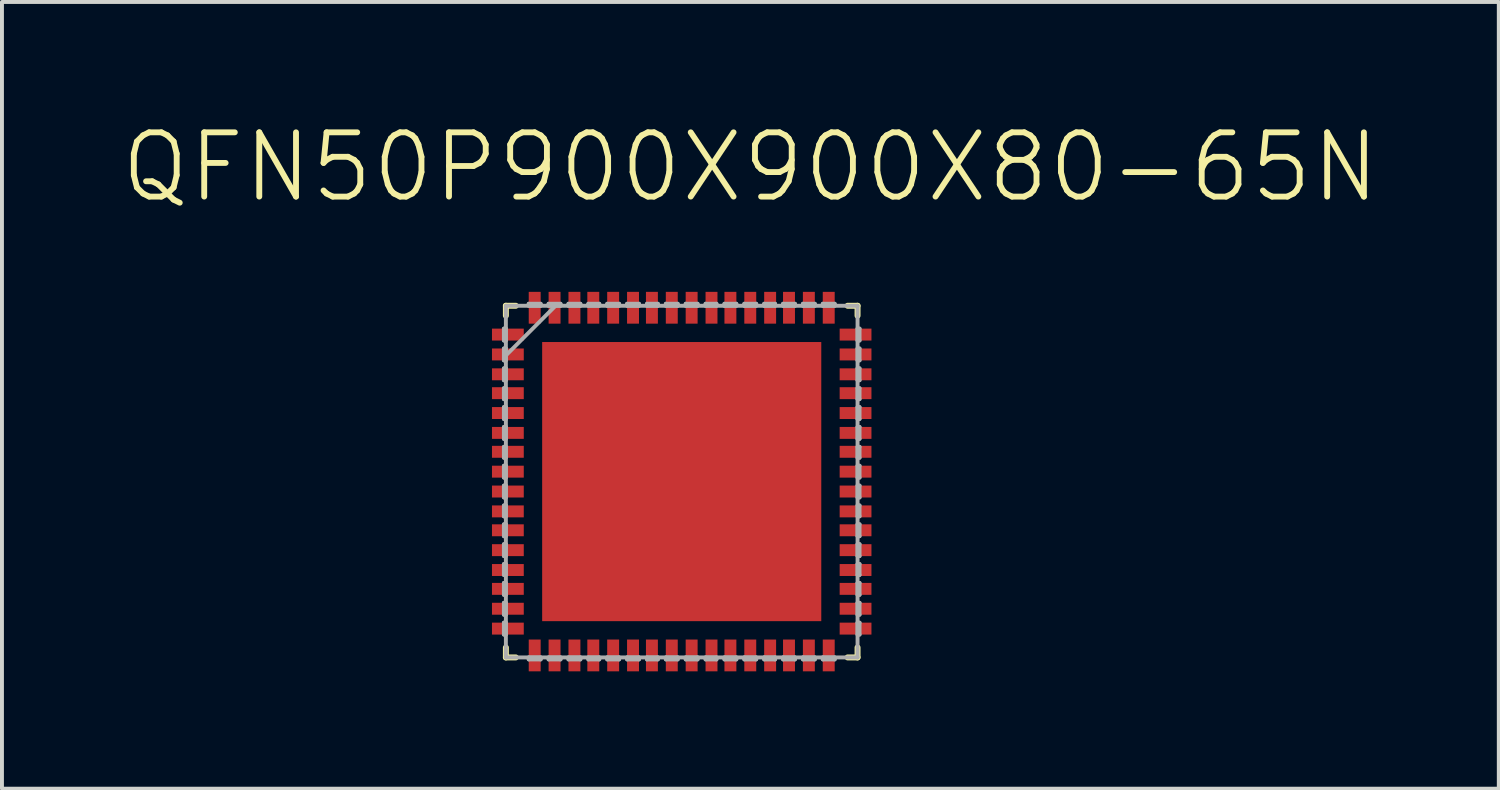
<source format=kicad_pcb>
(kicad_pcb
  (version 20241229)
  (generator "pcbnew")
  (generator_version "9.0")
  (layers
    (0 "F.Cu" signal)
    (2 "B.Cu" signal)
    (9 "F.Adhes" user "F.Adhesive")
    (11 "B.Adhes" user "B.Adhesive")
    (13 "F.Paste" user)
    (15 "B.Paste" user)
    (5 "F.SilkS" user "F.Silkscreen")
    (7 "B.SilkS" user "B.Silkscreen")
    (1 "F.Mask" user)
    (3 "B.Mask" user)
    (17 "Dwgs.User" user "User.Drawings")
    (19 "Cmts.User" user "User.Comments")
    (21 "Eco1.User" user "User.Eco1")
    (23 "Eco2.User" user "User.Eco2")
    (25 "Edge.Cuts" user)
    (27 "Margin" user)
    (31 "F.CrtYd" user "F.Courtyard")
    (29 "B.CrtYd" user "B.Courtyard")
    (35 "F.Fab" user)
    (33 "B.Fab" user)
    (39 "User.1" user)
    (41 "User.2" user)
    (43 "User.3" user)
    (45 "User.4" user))
  (footprint "QFN50P900X900X80-65N"
    (layer "F.Cu")
    (at 14.381 9.264)
    (property "Reference" "QFN50P900X900X80-65N" (at 1.756 -8.04 0) (layer "F.SilkS") (effects (font (size 1.643 1.643) (thickness 0.15))))
    (attr smd)
    (fp_line (start -4.496 -4.496) (end -4.496 -4.242) (stroke (width 0.152) (type solid)) (layer "F.SilkS"))
    (fp_line (start -4.496 4.242) (end -4.496 4.496) (stroke (width 0.152) (type solid)) (layer "F.SilkS"))
    (fp_line (start -4.496 4.496) (end -4.242 4.496) (stroke (width 0.152) (type solid)) (layer "F.SilkS"))
    (fp_line (start -4.242 -4.496) (end -4.496 -4.496) (stroke (width 0.152) (type solid)) (layer "F.SilkS"))
    (fp_line (start 4.242 4.496) (end 4.496 4.496) (stroke (width 0.152) (type solid)) (layer "F.SilkS"))
    (fp_line (start 4.496 -4.496) (end 4.242 -4.496) (stroke (width 0.152) (type solid)) (layer "F.SilkS"))
    (fp_line (start 4.496 -4.242) (end 4.496 -4.496) (stroke (width 0.152) (type solid)) (layer "F.SilkS"))
    (fp_line (start 4.496 4.496) (end 4.496 4.242) (stroke (width 0.152) (type solid)) (layer "F.SilkS"))
    (fp_line (start -4.547 -3.912) (end -4.547 -3.607) (stroke (width 0.1) (type solid)) (layer "F.Fab"))
    (fp_line (start -4.547 -3.607) (end -4.496 -3.607) (stroke (width 0.1) (type solid)) (layer "F.Fab"))
    (fp_line (start -4.547 -3.404) (end -4.547 -3.099) (stroke (width 0.1) (type solid)) (layer "F.Fab"))
    (fp_line (start -4.547 -3.099) (end -4.496 -3.099) (stroke (width 0.1) (type solid)) (layer "F.Fab"))
    (fp_line (start -4.547 -2.896) (end -4.547 -2.591) (stroke (width 0.1) (type solid)) (layer "F.Fab"))
    (fp_line (start -4.547 -2.591) (end -4.496 -2.591) (stroke (width 0.1) (type solid)) (layer "F.Fab"))
    (fp_line (start -4.547 -2.388) (end -4.547 -2.108) (stroke (width 0.1) (type solid)) (layer "F.Fab"))
    (fp_line (start -4.547 -2.108) (end -4.496 -2.108) (stroke (width 0.1) (type solid)) (layer "F.Fab"))
    (fp_line (start -4.547 -1.905) (end -4.547 -1.6) (stroke (width 0.1) (type solid)) (layer "F.Fab"))
    (fp_line (start -4.547 -1.6) (end -4.496 -1.6) (stroke (width 0.1) (type solid)) (layer "F.Fab"))
    (fp_line (start -4.547 -1.397) (end -4.547 -1.092) (stroke (width 0.1) (type solid)) (layer "F.Fab"))
    (fp_line (start -4.547 -1.092) (end -4.496 -1.092) (stroke (width 0.1) (type solid)) (layer "F.Fab"))
    (fp_line (start -4.547 -0.889) (end -4.547 -0.61) (stroke (width 0.1) (type solid)) (layer "F.Fab"))
    (fp_line (start -4.547 -0.61) (end -4.496 -0.61) (stroke (width 0.1) (type solid)) (layer "F.Fab"))
    (fp_line (start -4.547 -0.406) (end -4.547 -0.102) (stroke (width 0.1) (type solid)) (layer "F.Fab"))
    (fp_line (start -4.547 -0.102) (end -4.496 -0.102) (stroke (width 0.1) (type solid)) (layer "F.Fab"))
    (fp_line (start -4.547 0.102) (end -4.547 0.406) (stroke (width 0.1) (type solid)) (layer "F.Fab"))
    (fp_line (start -4.547 0.406) (end -4.496 0.406) (stroke (width 0.1) (type solid)) (layer "F.Fab"))
    (fp_line (start -4.547 0.61) (end -4.547 0.889) (stroke (width 0.1) (type solid)) (layer "F.Fab"))
    (fp_line (start -4.547 0.889) (end -4.496 0.889) (stroke (width 0.1) (type solid)) (layer "F.Fab"))
    (fp_line (start -4.547 1.092) (end -4.547 1.397) (stroke (width 0.1) (type solid)) (layer "F.Fab"))
    (fp_line (start -4.547 1.397) (end -4.496 1.397) (stroke (width 0.1) (type solid)) (layer "F.Fab"))
    (fp_line (start -4.547 1.6) (end -4.547 1.905) (stroke (width 0.1) (type solid)) (layer "F.Fab"))
    (fp_line (start -4.547 1.905) (end -4.496 1.905) (stroke (width 0.1) (type solid)) (layer "F.Fab"))
    (fp_line (start -4.547 2.108) (end -4.547 2.388) (stroke (width 0.1) (type solid)) (layer "F.Fab"))
    (fp_line (start -4.547 2.388) (end -4.496 2.388) (stroke (width 0.1) (type solid)) (layer "F.Fab"))
    (fp_line (start -4.547 2.591) (end -4.547 2.896) (stroke (width 0.1) (type solid)) (layer "F.Fab"))
    (fp_line (start -4.547 2.896) (end -4.496 2.896) (stroke (width 0.1) (type solid)) (layer "F.Fab"))
    (fp_line (start -4.547 3.099) (end -4.547 3.404) (stroke (width 0.1) (type solid)) (layer "F.Fab"))
    (fp_line (start -4.547 3.404) (end -4.496 3.404) (stroke (width 0.1) (type solid)) (layer "F.Fab"))
    (fp_line (start -4.547 3.607) (end -4.547 3.912) (stroke (width 0.1) (type solid)) (layer "F.Fab"))
    (fp_line (start -4.547 3.912) (end -4.496 3.912) (stroke (width 0.1) (type solid)) (layer "F.Fab"))
    (fp_line (start -4.496 -4.496) (end -4.496 4.496) (stroke (width 0.1) (type solid)) (layer "F.Fab"))
    (fp_line (start -4.496 -3.912) (end -4.547 -3.912) (stroke (width 0.1) (type solid)) (layer "F.Fab"))
    (fp_line (start -4.496 -3.607) (end -4.496 -3.912) (stroke (width 0.1) (type solid)) (layer "F.Fab"))
    (fp_line (start -4.496 -3.404) (end -4.547 -3.404) (stroke (width 0.1) (type solid)) (layer "F.Fab"))
    (fp_line (start -4.496 -3.226) (end -3.226 -4.496) (stroke (width 0.1) (type solid)) (layer "F.Fab"))
    (fp_line (start -4.496 -3.099) (end -4.496 -3.404) (stroke (width 0.1) (type solid)) (layer "F.Fab"))
    (fp_line (start -4.496 -2.896) (end -4.547 -2.896) (stroke (width 0.1) (type solid)) (layer "F.Fab"))
    (fp_line (start -4.496 -2.591) (end -4.496 -2.896) (stroke (width 0.1) (type solid)) (layer "F.Fab"))
    (fp_line (start -4.496 -2.388) (end -4.547 -2.388) (stroke (width 0.1) (type solid)) (layer "F.Fab"))
    (fp_line (start -4.496 -2.108) (end -4.496 -2.388) (stroke (width 0.1) (type solid)) (layer "F.Fab"))
    (fp_line (start -4.496 -1.905) (end -4.547 -1.905) (stroke (width 0.1) (type solid)) (layer "F.Fab"))
    (fp_line (start -4.496 -1.6) (end -4.496 -1.905) (stroke (width 0.1) (type solid)) (layer "F.Fab"))
    (fp_line (start -4.496 -1.397) (end -4.547 -1.397) (stroke (width 0.1) (type solid)) (layer "F.Fab"))
    (fp_line (start -4.496 -1.092) (end -4.496 -1.397) (stroke (width 0.1) (type solid)) (layer "F.Fab"))
    (fp_line (start -4.496 -0.889) (end -4.547 -0.889) (stroke (width 0.1) (type solid)) (layer "F.Fab"))
    (fp_line (start -4.496 -0.61) (end -4.496 -0.889) (stroke (width 0.1) (type solid)) (layer "F.Fab"))
    (fp_line (start -4.496 -0.406) (end -4.547 -0.406) (stroke (width 0.1) (type solid)) (layer "F.Fab"))
    (fp_line (start -4.496 -0.102) (end -4.496 -0.406) (stroke (width 0.1) (type solid)) (layer "F.Fab"))
    (fp_line (start -4.496 0.102) (end -4.547 0.102) (stroke (width 0.1) (type solid)) (layer "F.Fab"))
    (fp_line (start -4.496 0.406) (end -4.496 0.102) (stroke (width 0.1) (type solid)) (layer "F.Fab"))
    (fp_line (start -4.496 0.61) (end -4.547 0.61) (stroke (width 0.1) (type solid)) (layer "F.Fab"))
    (fp_line (start -4.496 0.889) (end -4.496 0.61) (stroke (width 0.1) (type solid)) (layer "F.Fab"))
    (fp_line (start -4.496 1.092) (end -4.547 1.092) (stroke (width 0.1) (type solid)) (layer "F.Fab"))
    (fp_line (start -4.496 1.397) (end -4.496 1.092) (stroke (width 0.1) (type solid)) (layer "F.Fab"))
    (fp_line (start -4.496 1.6) (end -4.547 1.6) (stroke (width 0.1) (type solid)) (layer "F.Fab"))
    (fp_line (start -4.496 1.905) (end -4.496 1.6) (stroke (width 0.1) (type solid)) (layer "F.Fab"))
    (fp_line (start -4.496 2.108) (end -4.547 2.108) (stroke (width 0.1) (type solid)) (layer "F.Fab"))
    (fp_line (start -4.496 2.388) (end -4.496 2.108) (stroke (width 0.1) (type solid)) (layer "F.Fab"))
    (fp_line (start -4.496 2.591) (end -4.547 2.591) (stroke (width 0.1) (type solid)) (layer "F.Fab"))
    (fp_line (start -4.496 2.896) (end -4.496 2.591) (stroke (width 0.1) (type solid)) (layer "F.Fab"))
    (fp_line (start -4.496 3.099) (end -4.547 3.099) (stroke (width 0.1) (type solid)) (layer "F.Fab"))
    (fp_line (start -4.496 3.404) (end -4.496 3.099) (stroke (width 0.1) (type solid)) (layer "F.Fab"))
    (fp_line (start -4.496 3.607) (end -4.547 3.607) (stroke (width 0.1) (type solid)) (layer "F.Fab"))
    (fp_line (start -4.496 3.912) (end -4.496 3.607) (stroke (width 0.1) (type solid)) (layer "F.Fab"))
    (fp_line (start -4.496 4.496) (end 4.496 4.496) (stroke (width 0.1) (type solid)) (layer "F.Fab"))
    (fp_line (start -3.912 -4.547) (end -3.912 -4.496) (stroke (width 0.1) (type solid)) (layer "F.Fab"))
    (fp_line (start -3.912 -4.496) (end -3.607 -4.496) (stroke (width 0.1) (type solid)) (layer "F.Fab"))
    (fp_line (start -3.912 4.496) (end -3.912 4.547) (stroke (width 0.1) (type solid)) (layer "F.Fab"))
    (fp_line (start -3.912 4.547) (end -3.607 4.547) (stroke (width 0.1) (type solid)) (layer "F.Fab"))
    (fp_line (start -3.607 -4.547) (end -3.912 -4.547) (stroke (width 0.1) (type solid)) (layer "F.Fab"))
    (fp_line (start -3.607 -4.496) (end -3.607 -4.547) (stroke (width 0.1) (type solid)) (layer "F.Fab"))
    (fp_line (start -3.607 4.496) (end -3.912 4.496) (stroke (width 0.1) (type solid)) (layer "F.Fab"))
    (fp_line (start -3.607 4.547) (end -3.607 4.496) (stroke (width 0.1) (type solid)) (layer "F.Fab"))
    (fp_line (start -3.404 -4.547) (end -3.404 -4.496) (stroke (width 0.1) (type solid)) (layer "F.Fab"))
    (fp_line (start -3.404 -4.496) (end -3.099 -4.496) (stroke (width 0.1) (type solid)) (layer "F.Fab"))
    (fp_line (start -3.404 4.496) (end -3.404 4.547) (stroke (width 0.1) (type solid)) (layer "F.Fab"))
    (fp_line (start -3.404 4.547) (end -3.099 4.547) (stroke (width 0.1) (type solid)) (layer "F.Fab"))
    (fp_line (start -3.099 -4.547) (end -3.404 -4.547) (stroke (width 0.1) (type solid)) (layer "F.Fab"))
    (fp_line (start -3.099 -4.496) (end -3.099 -4.547) (stroke (width 0.1) (type solid)) (layer "F.Fab"))
    (fp_line (start -3.099 4.496) (end -3.404 4.496) (stroke (width 0.1) (type solid)) (layer "F.Fab"))
    (fp_line (start -3.099 4.547) (end -3.099 4.496) (stroke (width 0.1) (type solid)) (layer "F.Fab"))
    (fp_line (start -2.896 -4.547) (end -2.896 -4.496) (stroke (width 0.1) (type solid)) (layer "F.Fab"))
    (fp_line (start -2.896 -4.496) (end -2.591 -4.496) (stroke (width 0.1) (type solid)) (layer "F.Fab"))
    (fp_line (start -2.896 4.496) (end -2.896 4.547) (stroke (width 0.1) (type solid)) (layer "F.Fab"))
    (fp_line (start -2.896 4.547) (end -2.591 4.547) (stroke (width 0.1) (type solid)) (layer "F.Fab"))
    (fp_line (start -2.591 -4.547) (end -2.896 -4.547) (stroke (width 0.1) (type solid)) (layer "F.Fab"))
    (fp_line (start -2.591 -4.496) (end -2.591 -4.547) (stroke (width 0.1) (type solid)) (layer "F.Fab"))
    (fp_line (start -2.591 4.496) (end -2.896 4.496) (stroke (width 0.1) (type solid)) (layer "F.Fab"))
    (fp_line (start -2.591 4.547) (end -2.591 4.496) (stroke (width 0.1) (type solid)) (layer "F.Fab"))
    (fp_line (start -2.388 -4.547) (end -2.388 -4.496) (stroke (width 0.1) (type solid)) (layer "F.Fab"))
    (fp_line (start -2.388 -4.496) (end -2.108 -4.496) (stroke (width 0.1) (type solid)) (layer "F.Fab"))
    (fp_line (start -2.388 4.496) (end -2.388 4.547) (stroke (width 0.1) (type solid)) (layer "F.Fab"))
    (fp_line (start -2.388 4.547) (end -2.108 4.547) (stroke (width 0.1) (type solid)) (layer "F.Fab"))
    (fp_line (start -2.108 -4.547) (end -2.388 -4.547) (stroke (width 0.1) (type solid)) (layer "F.Fab"))
    (fp_line (start -2.108 -4.496) (end -2.108 -4.547) (stroke (width 0.1) (type solid)) (layer "F.Fab"))
    (fp_line (start -2.108 4.496) (end -2.388 4.496) (stroke (width 0.1) (type solid)) (layer "F.Fab"))
    (fp_line (start -2.108 4.547) (end -2.108 4.496) (stroke (width 0.1) (type solid)) (layer "F.Fab"))
    (fp_line (start -1.905 -4.547) (end -1.905 -4.496) (stroke (width 0.1) (type solid)) (layer "F.Fab"))
    (fp_line (start -1.905 -4.496) (end -1.6 -4.496) (stroke (width 0.1) (type solid)) (layer "F.Fab"))
    (fp_line (start -1.905 4.496) (end -1.905 4.547) (stroke (width 0.1) (type solid)) (layer "F.Fab"))
    (fp_line (start -1.905 4.547) (end -1.6 4.547) (stroke (width 0.1) (type solid)) (layer "F.Fab"))
    (fp_line (start -1.6 -4.547) (end -1.905 -4.547) (stroke (width 0.1) (type solid)) (layer "F.Fab"))
    (fp_line (start -1.6 -4.496) (end -1.6 -4.547) (stroke (width 0.1) (type solid)) (layer "F.Fab"))
    (fp_line (start -1.6 4.496) (end -1.905 4.496) (stroke (width 0.1) (type solid)) (layer "F.Fab"))
    (fp_line (start -1.6 4.547) (end -1.6 4.496) (stroke (width 0.1) (type solid)) (layer "F.Fab"))
    (fp_line (start -1.397 -4.547) (end -1.397 -4.496) (stroke (width 0.1) (type solid)) (layer "F.Fab"))
    (fp_line (start -1.397 -4.496) (end -1.092 -4.496) (stroke (width 0.1) (type solid)) (layer "F.Fab"))
    (fp_line (start -1.397 4.496) (end -1.397 4.547) (stroke (width 0.1) (type solid)) (layer "F.Fab"))
    (fp_line (start -1.397 4.547) (end -1.092 4.547) (stroke (width 0.1) (type solid)) (layer "F.Fab"))
    (fp_line (start -1.092 -4.547) (end -1.397 -4.547) (stroke (width 0.1) (type solid)) (layer "F.Fab"))
    (fp_line (start -1.092 -4.496) (end -1.092 -4.547) (stroke (width 0.1) (type solid)) (layer "F.Fab"))
    (fp_line (start -1.092 4.496) (end -1.397 4.496) (stroke (width 0.1) (type solid)) (layer "F.Fab"))
    (fp_line (start -1.092 4.547) (end -1.092 4.496) (stroke (width 0.1) (type solid)) (layer "F.Fab"))
    (fp_line (start -0.889 -4.547) (end -0.889 -4.496) (stroke (width 0.1) (type solid)) (layer "F.Fab"))
    (fp_line (start -0.889 -4.496) (end -0.61 -4.496) (stroke (width 0.1) (type solid)) (layer "F.Fab"))
    (fp_line (start -0.889 4.496) (end -0.889 4.547) (stroke (width 0.1) (type solid)) (layer "F.Fab"))
    (fp_line (start -0.889 4.547) (end -0.61 4.547) (stroke (width 0.1) (type solid)) (layer "F.Fab"))
    (fp_line (start -0.61 -4.547) (end -0.889 -4.547) (stroke (width 0.1) (type solid)) (layer "F.Fab"))
    (fp_line (start -0.61 -4.496) (end -0.61 -4.547) (stroke (width 0.1) (type solid)) (layer "F.Fab"))
    (fp_line (start -0.61 4.496) (end -0.889 4.496) (stroke (width 0.1) (type solid)) (layer "F.Fab"))
    (fp_line (start -0.61 4.547) (end -0.61 4.496) (stroke (width 0.1) (type solid)) (layer "F.Fab"))
    (fp_line (start -0.406 -4.547) (end -0.406 -4.496) (stroke (width 0.1) (type solid)) (layer "F.Fab"))
    (fp_line (start -0.406 -4.496) (end -0.102 -4.496) (stroke (width 0.1) (type solid)) (layer "F.Fab"))
    (fp_line (start -0.406 4.496) (end -0.406 4.547) (stroke (width 0.1) (type solid)) (layer "F.Fab"))
    (fp_line (start -0.406 4.547) (end -0.102 4.547) (stroke (width 0.1) (type solid)) (layer "F.Fab"))
    (fp_line (start -0.102 -4.547) (end -0.406 -4.547) (stroke (width 0.1) (type solid)) (layer "F.Fab"))
    (fp_line (start -0.102 -4.496) (end -0.102 -4.547) (stroke (width 0.1) (type solid)) (layer "F.Fab"))
    (fp_line (start -0.102 4.496) (end -0.406 4.496) (stroke (width 0.1) (type solid)) (layer "F.Fab"))
    (fp_line (start -0.102 4.547) (end -0.102 4.496) (stroke (width 0.1) (type solid)) (layer "F.Fab"))
    (fp_line (start 0.102 -4.547) (end 0.102 -4.496) (stroke (width 0.1) (type solid)) (layer "F.Fab"))
    (fp_line (start 0.102 -4.496) (end 0.406 -4.496) (stroke (width 0.1) (type solid)) (layer "F.Fab"))
    (fp_line (start 0.102 4.496) (end 0.102 4.547) (stroke (width 0.1) (type solid)) (layer "F.Fab"))
    (fp_line (start 0.102 4.547) (end 0.406 4.547) (stroke (width 0.1) (type solid)) (layer "F.Fab"))
    (fp_line (start 0.406 -4.547) (end 0.102 -4.547) (stroke (width 0.1) (type solid)) (layer "F.Fab"))
    (fp_line (start 0.406 -4.496) (end 0.406 -4.547) (stroke (width 0.1) (type solid)) (layer "F.Fab"))
    (fp_line (start 0.406 4.496) (end 0.102 4.496) (stroke (width 0.1) (type solid)) (layer "F.Fab"))
    (fp_line (start 0.406 4.547) (end 0.406 4.496) (stroke (width 0.1) (type solid)) (layer "F.Fab"))
    (fp_line (start 0.61 -4.547) (end 0.61 -4.496) (stroke (width 0.1) (type solid)) (layer "F.Fab"))
    (fp_line (start 0.61 -4.496) (end 0.889 -4.496) (stroke (width 0.1) (type solid)) (layer "F.Fab"))
    (fp_line (start 0.61 4.496) (end 0.61 4.547) (stroke (width 0.1) (type solid)) (layer "F.Fab"))
    (fp_line (start 0.61 4.547) (end 0.889 4.547) (stroke (width 0.1) (type solid)) (layer "F.Fab"))
    (fp_line (start 0.889 -4.547) (end 0.61 -4.547) (stroke (width 0.1) (type solid)) (layer "F.Fab"))
    (fp_line (start 0.889 -4.496) (end 0.889 -4.547) (stroke (width 0.1) (type solid)) (layer "F.Fab"))
    (fp_line (start 0.889 4.496) (end 0.61 4.496) (stroke (width 0.1) (type solid)) (layer "F.Fab"))
    (fp_line (start 0.889 4.547) (end 0.889 4.496) (stroke (width 0.1) (type solid)) (layer "F.Fab"))
    (fp_line (start 1.092 -4.547) (end 1.092 -4.496) (stroke (width 0.1) (type solid)) (layer "F.Fab"))
    (fp_line (start 1.092 -4.496) (end 1.397 -4.496) (stroke (width 0.1) (type solid)) (layer "F.Fab"))
    (fp_line (start 1.092 4.496) (end 1.092 4.547) (stroke (width 0.1) (type solid)) (layer "F.Fab"))
    (fp_line (start 1.092 4.547) (end 1.397 4.547) (stroke (width 0.1) (type solid)) (layer "F.Fab"))
    (fp_line (start 1.397 -4.547) (end 1.092 -4.547) (stroke (width 0.1) (type solid)) (layer "F.Fab"))
    (fp_line (start 1.397 -4.496) (end 1.397 -4.547) (stroke (width 0.1) (type solid)) (layer "F.Fab"))
    (fp_line (start 1.397 4.496) (end 1.092 4.496) (stroke (width 0.1) (type solid)) (layer "F.Fab"))
    (fp_line (start 1.397 4.547) (end 1.397 4.496) (stroke (width 0.1) (type solid)) (layer "F.Fab"))
    (fp_line (start 1.6 -4.547) (end 1.6 -4.496) (stroke (width 0.1) (type solid)) (layer "F.Fab"))
    (fp_line (start 1.6 -4.496) (end 1.905 -4.496) (stroke (width 0.1) (type solid)) (layer "F.Fab"))
    (fp_line (start 1.6 4.496) (end 1.6 4.547) (stroke (width 0.1) (type solid)) (layer "F.Fab"))
    (fp_line (start 1.6 4.547) (end 1.905 4.547) (stroke (width 0.1) (type solid)) (layer "F.Fab"))
    (fp_line (start 1.905 -4.547) (end 1.6 -4.547) (stroke (width 0.1) (type solid)) (layer "F.Fab"))
    (fp_line (start 1.905 -4.496) (end 1.905 -4.547) (stroke (width 0.1) (type solid)) (layer "F.Fab"))
    (fp_line (start 1.905 4.496) (end 1.6 4.496) (stroke (width 0.1) (type solid)) (layer "F.Fab"))
    (fp_line (start 1.905 4.547) (end 1.905 4.496) (stroke (width 0.1) (type solid)) (layer "F.Fab"))
    (fp_line (start 2.108 -4.547) (end 2.108 -4.496) (stroke (width 0.1) (type solid)) (layer "F.Fab"))
    (fp_line (start 2.108 -4.496) (end 2.388 -4.496) (stroke (width 0.1) (type solid)) (layer "F.Fab"))
    (fp_line (start 2.108 4.496) (end 2.108 4.547) (stroke (width 0.1) (type solid)) (layer "F.Fab"))
    (fp_line (start 2.108 4.547) (end 2.388 4.547) (stroke (width 0.1) (type solid)) (layer "F.Fab"))
    (fp_line (start 2.388 -4.547) (end 2.108 -4.547) (stroke (width 0.1) (type solid)) (layer "F.Fab"))
    (fp_line (start 2.388 -4.496) (end 2.388 -4.547) (stroke (width 0.1) (type solid)) (layer "F.Fab"))
    (fp_line (start 2.388 4.496) (end 2.108 4.496) (stroke (width 0.1) (type solid)) (layer "F.Fab"))
    (fp_line (start 2.388 4.547) (end 2.388 4.496) (stroke (width 0.1) (type solid)) (layer "F.Fab"))
    (fp_line (start 2.591 -4.547) (end 2.591 -4.496) (stroke (width 0.1) (type solid)) (layer "F.Fab"))
    (fp_line (start 2.591 -4.496) (end 2.896 -4.496) (stroke (width 0.1) (type solid)) (layer "F.Fab"))
    (fp_line (start 2.591 4.496) (end 2.591 4.547) (stroke (width 0.1) (type solid)) (layer "F.Fab"))
    (fp_line (start 2.591 4.547) (end 2.896 4.547) (stroke (width 0.1) (type solid)) (layer "F.Fab"))
    (fp_line (start 2.896 -4.547) (end 2.591 -4.547) (stroke (width 0.1) (type solid)) (layer "F.Fab"))
    (fp_line (start 2.896 -4.496) (end 2.896 -4.547) (stroke (width 0.1) (type solid)) (layer "F.Fab"))
    (fp_line (start 2.896 4.496) (end 2.591 4.496) (stroke (width 0.1) (type solid)) (layer "F.Fab"))
    (fp_line (start 2.896 4.547) (end 2.896 4.496) (stroke (width 0.1) (type solid)) (layer "F.Fab"))
    (fp_line (start 3.099 -4.547) (end 3.099 -4.496) (stroke (width 0.1) (type solid)) (layer "F.Fab"))
    (fp_line (start 3.099 -4.496) (end 3.404 -4.496) (stroke (width 0.1) (type solid)) (layer "F.Fab"))
    (fp_line (start 3.099 4.496) (end 3.099 4.547) (stroke (width 0.1) (type solid)) (layer "F.Fab"))
    (fp_line (start 3.099 4.547) (end 3.404 4.547) (stroke (width 0.1) (type solid)) (layer "F.Fab"))
    (fp_line (start 3.404 -4.547) (end 3.099 -4.547) (stroke (width 0.1) (type solid)) (layer "F.Fab"))
    (fp_line (start 3.404 -4.496) (end 3.404 -4.547) (stroke (width 0.1) (type solid)) (layer "F.Fab"))
    (fp_line (start 3.404 4.496) (end 3.099 4.496) (stroke (width 0.1) (type solid)) (layer "F.Fab"))
    (fp_line (start 3.404 4.547) (end 3.404 4.496) (stroke (width 0.1) (type solid)) (layer "F.Fab"))
    (fp_line (start 3.607 -4.547) (end 3.607 -4.496) (stroke (width 0.1) (type solid)) (layer "F.Fab"))
    (fp_line (start 3.607 -4.496) (end 3.912 -4.496) (stroke (width 0.1) (type solid)) (layer "F.Fab"))
    (fp_line (start 3.607 4.496) (end 3.607 4.547) (stroke (width 0.1) (type solid)) (layer "F.Fab"))
    (fp_line (start 3.607 4.547) (end 3.912 4.547) (stroke (width 0.1) (type solid)) (layer "F.Fab"))
    (fp_line (start 3.912 -4.547) (end 3.607 -4.547) (stroke (width 0.1) (type solid)) (layer "F.Fab"))
    (fp_line (start 3.912 -4.496) (end 3.912 -4.547) (stroke (width 0.1) (type solid)) (layer "F.Fab"))
    (fp_line (start 3.912 4.496) (end 3.607 4.496) (stroke (width 0.1) (type solid)) (layer "F.Fab"))
    (fp_line (start 3.912 4.547) (end 3.912 4.496) (stroke (width 0.1) (type solid)) (layer "F.Fab"))
    (fp_line (start 4.496 -4.496) (end -4.496 -4.496) (stroke (width 0.1) (type solid)) (layer "F.Fab"))
    (fp_line (start 4.496 -3.912) (end 4.496 -3.607) (stroke (width 0.1) (type solid)) (layer "F.Fab"))
    (fp_line (start 4.496 -3.607) (end 4.547 -3.607) (stroke (width 0.1) (type solid)) (layer "F.Fab"))
    (fp_line (start 4.496 -3.404) (end 4.496 -3.099) (stroke (width 0.1) (type solid)) (layer "F.Fab"))
    (fp_line (start 4.496 -3.099) (end 4.547 -3.099) (stroke (width 0.1) (type solid)) (layer "F.Fab"))
    (fp_line (start 4.496 -2.896) (end 4.496 -2.591) (stroke (width 0.1) (type solid)) (layer "F.Fab"))
    (fp_line (start 4.496 -2.591) (end 4.547 -2.591) (stroke (width 0.1) (type solid)) (layer "F.Fab"))
    (fp_line (start 4.496 -2.388) (end 4.496 -2.108) (stroke (width 0.1) (type solid)) (layer "F.Fab"))
    (fp_line (start 4.496 -2.108) (end 4.547 -2.108) (stroke (width 0.1) (type solid)) (layer "F.Fab"))
    (fp_line (start 4.496 -1.905) (end 4.496 -1.6) (stroke (width 0.1) (type solid)) (layer "F.Fab"))
    (fp_line (start 4.496 -1.6) (end 4.547 -1.6) (stroke (width 0.1) (type solid)) (layer "F.Fab"))
    (fp_line (start 4.496 -1.397) (end 4.496 -1.092) (stroke (width 0.1) (type solid)) (layer "F.Fab"))
    (fp_line (start 4.496 -1.092) (end 4.547 -1.092) (stroke (width 0.1) (type solid)) (layer "F.Fab"))
    (fp_line (start 4.496 -0.889) (end 4.496 -0.61) (stroke (width 0.1) (type solid)) (layer "F.Fab"))
    (fp_line (start 4.496 -0.61) (end 4.547 -0.61) (stroke (width 0.1) (type solid)) (layer "F.Fab"))
    (fp_line (start 4.496 -0.406) (end 4.496 -0.102) (stroke (width 0.1) (type solid)) (layer "F.Fab"))
    (fp_line (start 4.496 -0.102) (end 4.547 -0.102) (stroke (width 0.1) (type solid)) (layer "F.Fab"))
    (fp_line (start 4.496 0.102) (end 4.496 0.406) (stroke (width 0.1) (type solid)) (layer "F.Fab"))
    (fp_line (start 4.496 0.406) (end 4.547 0.406) (stroke (width 0.1) (type solid)) (layer "F.Fab"))
    (fp_line (start 4.496 0.61) (end 4.496 0.889) (stroke (width 0.1) (type solid)) (layer "F.Fab"))
    (fp_line (start 4.496 0.889) (end 4.547 0.889) (stroke (width 0.1) (type solid)) (layer "F.Fab"))
    (fp_line (start 4.496 1.092) (end 4.496 1.397) (stroke (width 0.1) (type solid)) (layer "F.Fab"))
    (fp_line (start 4.496 1.397) (end 4.547 1.397) (stroke (width 0.1) (type solid)) (layer "F.Fab"))
    (fp_line (start 4.496 1.6) (end 4.496 1.905) (stroke (width 0.1) (type solid)) (layer "F.Fab"))
    (fp_line (start 4.496 1.905) (end 4.547 1.905) (stroke (width 0.1) (type solid)) (layer "F.Fab"))
    (fp_line (start 4.496 2.108) (end 4.496 2.388) (stroke (width 0.1) (type solid)) (layer "F.Fab"))
    (fp_line (start 4.496 2.388) (end 4.547 2.388) (stroke (width 0.1) (type solid)) (layer "F.Fab"))
    (fp_line (start 4.496 2.591) (end 4.496 2.896) (stroke (width 0.1) (type solid)) (layer "F.Fab"))
    (fp_line (start 4.496 2.896) (end 4.547 2.896) (stroke (width 0.1) (type solid)) (layer "F.Fab"))
    (fp_line (start 4.496 3.099) (end 4.496 3.404) (stroke (width 0.1) (type solid)) (layer "F.Fab"))
    (fp_line (start 4.496 3.404) (end 4.547 3.404) (stroke (width 0.1) (type solid)) (layer "F.Fab"))
    (fp_line (start 4.496 3.607) (end 4.496 3.912) (stroke (width 0.1) (type solid)) (layer "F.Fab"))
    (fp_line (start 4.496 3.912) (end 4.547 3.912) (stroke (width 0.1) (type solid)) (layer "F.Fab"))
    (fp_line (start 4.496 4.496) (end 4.496 -4.496) (stroke (width 0.1) (type solid)) (layer "F.Fab"))
    (fp_line (start 4.547 -3.912) (end 4.496 -3.912) (stroke (width 0.1) (type solid)) (layer "F.Fab"))
    (fp_line (start 4.547 -3.607) (end 4.547 -3.912) (stroke (width 0.1) (type solid)) (layer "F.Fab"))
    (fp_line (start 4.547 -3.404) (end 4.496 -3.404) (stroke (width 0.1) (type solid)) (layer "F.Fab"))
    (fp_line (start 4.547 -3.099) (end 4.547 -3.404) (stroke (width 0.1) (type solid)) (layer "F.Fab"))
    (fp_line (start 4.547 -2.896) (end 4.496 -2.896) (stroke (width 0.1) (type solid)) (layer "F.Fab"))
    (fp_line (start 4.547 -2.591) (end 4.547 -2.896) (stroke (width 0.1) (type solid)) (layer "F.Fab"))
    (fp_line (start 4.547 -2.388) (end 4.496 -2.388) (stroke (width 0.1) (type solid)) (layer "F.Fab"))
    (fp_line (start 4.547 -2.108) (end 4.547 -2.388) (stroke (width 0.1) (type solid)) (layer "F.Fab"))
    (fp_line (start 4.547 -1.905) (end 4.496 -1.905) (stroke (width 0.1) (type solid)) (layer "F.Fab"))
    (fp_line (start 4.547 -1.6) (end 4.547 -1.905) (stroke (width 0.1) (type solid)) (layer "F.Fab"))
    (fp_line (start 4.547 -1.397) (end 4.496 -1.397) (stroke (width 0.1) (type solid)) (layer "F.Fab"))
    (fp_line (start 4.547 -1.092) (end 4.547 -1.397) (stroke (width 0.1) (type solid)) (layer "F.Fab"))
    (fp_line (start 4.547 -0.889) (end 4.496 -0.889) (stroke (width 0.1) (type solid)) (layer "F.Fab"))
    (fp_line (start 4.547 -0.61) (end 4.547 -0.889) (stroke (width 0.1) (type solid)) (layer "F.Fab"))
    (fp_line (start 4.547 -0.406) (end 4.496 -0.406) (stroke (width 0.1) (type solid)) (layer "F.Fab"))
    (fp_line (start 4.547 -0.102) (end 4.547 -0.406) (stroke (width 0.1) (type solid)) (layer "F.Fab"))
    (fp_line (start 4.547 0.102) (end 4.496 0.102) (stroke (width 0.1) (type solid)) (layer "F.Fab"))
    (fp_line (start 4.547 0.406) (end 4.547 0.102) (stroke (width 0.1) (type solid)) (layer "F.Fab"))
    (fp_line (start 4.547 0.61) (end 4.496 0.61) (stroke (width 0.1) (type solid)) (layer "F.Fab"))
    (fp_line (start 4.547 0.889) (end 4.547 0.61) (stroke (width 0.1) (type solid)) (layer "F.Fab"))
    (fp_line (start 4.547 1.092) (end 4.496 1.092) (stroke (width 0.1) (type solid)) (layer "F.Fab"))
    (fp_line (start 4.547 1.397) (end 4.547 1.092) (stroke (width 0.1) (type solid)) (layer "F.Fab"))
    (fp_line (start 4.547 1.6) (end 4.496 1.6) (stroke (width 0.1) (type solid)) (layer "F.Fab"))
    (fp_line (start 4.547 1.905) (end 4.547 1.6) (stroke (width 0.1) (type solid)) (layer "F.Fab"))
    (fp_line (start 4.547 2.108) (end 4.496 2.108) (stroke (width 0.1) (type solid)) (layer "F.Fab"))
    (fp_line (start 4.547 2.388) (end 4.547 2.108) (stroke (width 0.1) (type solid)) (layer "F.Fab"))
    (fp_line (start 4.547 2.591) (end 4.496 2.591) (stroke (width 0.1) (type solid)) (layer "F.Fab"))
    (fp_line (start 4.547 2.896) (end 4.547 2.591) (stroke (width 0.1) (type solid)) (layer "F.Fab"))
    (fp_line (start 4.547 3.099) (end 4.496 3.099) (stroke (width 0.1) (type solid)) (layer "F.Fab"))
    (fp_line (start 4.547 3.404) (end 4.547 3.099) (stroke (width 0.1) (type solid)) (layer "F.Fab"))
    (fp_line (start 4.547 3.607) (end 4.496 3.607) (stroke (width 0.1) (type solid)) (layer "F.Fab"))
    (fp_line (start 4.547 3.912) (end 4.547 3.607) (stroke (width 0.1) (type solid)) (layer "F.Fab"))
    (pad "1" smd rect (at -4.445 -3.759) (size 0.813 0.305) (layers "F.Cu" "F.Mask" "F.Paste"))
    (pad "2" smd rect (at -4.445 -3.251) (size 0.813 0.305) (layers "F.Cu" "F.Mask" "F.Paste"))
    (pad "3" smd rect (at -4.445 -2.743) (size 0.813 0.305) (layers "F.Cu" "F.Mask" "F.Paste"))
    (pad "4" smd rect (at -4.445 -2.261) (size 0.813 0.305) (layers "F.Cu" "F.Mask" "F.Paste"))
    (pad "5" smd rect (at -4.445 -1.753) (size 0.813 0.305) (layers "F.Cu" "F.Mask" "F.Paste"))
    (pad "6" smd rect (at -4.445 -1.245) (size 0.813 0.305) (layers "F.Cu" "F.Mask" "F.Paste"))
    (pad "7" smd rect (at -4.445 -0.762) (size 0.813 0.305) (layers "F.Cu" "F.Mask" "F.Paste"))
    (pad "8" smd rect (at -4.445 -0.254) (size 0.813 0.305) (layers "F.Cu" "F.Mask" "F.Paste"))
    (pad "9" smd rect (at -4.445 0.254) (size 0.813 0.305) (layers "F.Cu" "F.Mask" "F.Paste"))
    (pad "10" smd rect (at -4.445 0.762) (size 0.813 0.305) (layers "F.Cu" "F.Mask" "F.Paste"))
    (pad "11" smd rect (at -4.445 1.245) (size 0.813 0.305) (layers "F.Cu" "F.Mask" "F.Paste"))
    (pad "12" smd rect (at -4.445 1.753) (size 0.813 0.305) (layers "F.Cu" "F.Mask" "F.Paste"))
    (pad "13" smd rect (at -4.445 2.261) (size 0.813 0.305) (layers "F.Cu" "F.Mask" "F.Paste"))
    (pad "14" smd rect (at -4.445 2.743) (size 0.813 0.305) (layers "F.Cu" "F.Mask" "F.Paste"))
    (pad "15" smd rect (at -4.445 3.251) (size 0.813 0.305) (layers "F.Cu" "F.Mask" "F.Paste"))
    (pad "16" smd rect (at -4.445 3.759) (size 0.813 0.305) (layers "F.Cu" "F.Mask" "F.Paste"))
    (pad "17" smd rect (at -3.759 4.445) (size 0.305 0.813) (layers "F.Cu" "F.Mask" "F.Paste"))
    (pad "18" smd rect (at -3.251 4.445) (size 0.305 0.813) (layers "F.Cu" "F.Mask" "F.Paste"))
    (pad "19" smd rect (at -2.743 4.445) (size 0.305 0.813) (layers "F.Cu" "F.Mask" "F.Paste"))
    (pad "20" smd rect (at -2.261 4.445) (size 0.305 0.813) (layers "F.Cu" "F.Mask" "F.Paste"))
    (pad "21" smd rect (at -1.753 4.445) (size 0.305 0.813) (layers "F.Cu" "F.Mask" "F.Paste"))
    (pad "22" smd rect (at -1.245 4.445) (size 0.305 0.813) (layers "F.Cu" "F.Mask" "F.Paste"))
    (pad "23" smd rect (at -0.762 4.445) (size 0.305 0.813) (layers "F.Cu" "F.Mask" "F.Paste"))
    (pad "24" smd rect (at -0.254 4.445) (size 0.305 0.813) (layers "F.Cu" "F.Mask" "F.Paste"))
    (pad "25" smd rect (at 0.254 4.445) (size 0.305 0.813) (layers "F.Cu" "F.Mask" "F.Paste"))
    (pad "26" smd rect (at 0.762 4.445) (size 0.305 0.813) (layers "F.Cu" "F.Mask" "F.Paste"))
    (pad "27" smd rect (at 1.245 4.445) (size 0.305 0.813) (layers "F.Cu" "F.Mask" "F.Paste"))
    (pad "28" smd rect (at 1.753 4.445) (size 0.305 0.813) (layers "F.Cu" "F.Mask" "F.Paste"))
    (pad "29" smd rect (at 2.261 4.445) (size 0.305 0.813) (layers "F.Cu" "F.Mask" "F.Paste"))
    (pad "30" smd rect (at 2.743 4.445) (size 0.305 0.813) (layers "F.Cu" "F.Mask" "F.Paste"))
    (pad "31" smd rect (at 3.251 4.445) (size 0.305 0.813) (layers "F.Cu" "F.Mask" "F.Paste"))
    (pad "32" smd rect (at 3.759 4.445) (size 0.305 0.813) (layers "F.Cu" "F.Mask" "F.Paste"))
    (pad "33" smd rect (at 4.445 3.759) (size 0.813 0.305) (layers "F.Cu" "F.Mask" "F.Paste"))
    (pad "34" smd rect (at 4.445 3.251) (size 0.813 0.305) (layers "F.Cu" "F.Mask" "F.Paste"))
    (pad "35" smd rect (at 4.445 2.743) (size 0.813 0.305) (layers "F.Cu" "F.Mask" "F.Paste"))
    (pad "36" smd rect (at 4.445 2.261) (size 0.813 0.305) (layers "F.Cu" "F.Mask" "F.Paste"))
    (pad "37" smd rect (at 4.445 1.753) (size 0.813 0.305) (layers "F.Cu" "F.Mask" "F.Paste"))
    (pad "38" smd rect (at 4.445 1.245) (size 0.813 0.305) (layers "F.Cu" "F.Mask" "F.Paste"))
    (pad "39" smd rect (at 4.445 0.762) (size 0.813 0.305) (layers "F.Cu" "F.Mask" "F.Paste"))
    (pad "40" smd rect (at 4.445 0.254) (size 0.813 0.305) (layers "F.Cu" "F.Mask" "F.Paste"))
    (pad "41" smd rect (at 4.445 -0.254) (size 0.813 0.305) (layers "F.Cu" "F.Mask" "F.Paste"))
    (pad "42" smd rect (at 4.445 -0.762) (size 0.813 0.305) (layers "F.Cu" "F.Mask" "F.Paste"))
    (pad "43" smd rect (at 4.445 -1.245) (size 0.813 0.305) (layers "F.Cu" "F.Mask" "F.Paste"))
    (pad "44" smd rect (at 4.445 -1.753) (size 0.813 0.305) (layers "F.Cu" "F.Mask" "F.Paste"))
    (pad "45" smd rect (at 4.445 -2.261) (size 0.813 0.305) (layers "F.Cu" "F.Mask" "F.Paste"))
    (pad "46" smd rect (at 4.445 -2.743) (size 0.813 0.305) (layers "F.Cu" "F.Mask" "F.Paste"))
    (pad "47" smd rect (at 4.445 -3.251) (size 0.813 0.305) (layers "F.Cu" "F.Mask" "F.Paste"))
    (pad "48" smd rect (at 4.445 -3.759) (size 0.813 0.305) (layers "F.Cu" "F.Mask" "F.Paste"))
    (pad "49" smd rect (at 3.759 -4.445) (size 0.305 0.813) (layers "F.Cu" "F.Mask" "F.Paste"))
    (pad "50" smd rect (at 3.251 -4.445) (size 0.305 0.813) (layers "F.Cu" "F.Mask" "F.Paste"))
    (pad "51" smd rect (at 2.743 -4.445) (size 0.305 0.813) (layers "F.Cu" "F.Mask" "F.Paste"))
    (pad "52" smd rect (at 2.261 -4.445) (size 0.305 0.813) (layers "F.Cu" "F.Mask" "F.Paste"))
    (pad "53" smd rect (at 1.753 -4.445) (size 0.305 0.813) (layers "F.Cu" "F.Mask" "F.Paste"))
    (pad "54" smd rect (at 1.245 -4.445) (size 0.305 0.813) (layers "F.Cu" "F.Mask" "F.Paste"))
    (pad "55" smd rect (at 0.762 -4.445) (size 0.305 0.813) (layers "F.Cu" "F.Mask" "F.Paste"))
    (pad "56" smd rect (at 0.254 -4.445) (size 0.305 0.813) (layers "F.Cu" "F.Mask" "F.Paste"))
    (pad "57" smd rect (at -0.254 -4.445) (size 0.305 0.813) (layers "F.Cu" "F.Mask" "F.Paste"))
    (pad "58" smd rect (at -0.762 -4.445) (size 0.305 0.813) (layers "F.Cu" "F.Mask" "F.Paste"))
    (pad "59" smd rect (at -1.245 -4.445) (size 0.305 0.813) (layers "F.Cu" "F.Mask" "F.Paste"))
    (pad "60" smd rect (at -1.753 -4.445) (size 0.305 0.813) (layers "F.Cu" "F.Mask" "F.Paste"))
    (pad "61" smd rect (at -2.261 -4.445) (size 0.305 0.813) (layers "F.Cu" "F.Mask" "F.Paste"))
    (pad "62" smd rect (at -2.743 -4.445) (size 0.305 0.813) (layers "F.Cu" "F.Mask" "F.Paste"))
    (pad "63" smd rect (at -3.251 -4.445) (size 0.305 0.813) (layers "F.Cu" "F.Mask" "F.Paste"))
    (pad "64" smd rect (at -3.759 -4.445) (size 0.305 0.813) (layers "F.Cu" "F.Mask" "F.Paste"))
    (pad "65" smd rect (at 0 0) (size 7.137 7.137) (layers "F.Cu" "F.Mask" "F.Paste")))
  (gr_rect
    (start -3 -3)
    (end 35.273 17.116)
    (stroke (width 0.1) (type default))
    (fill no)
    (layer "Edge.Cuts")))
</source>
